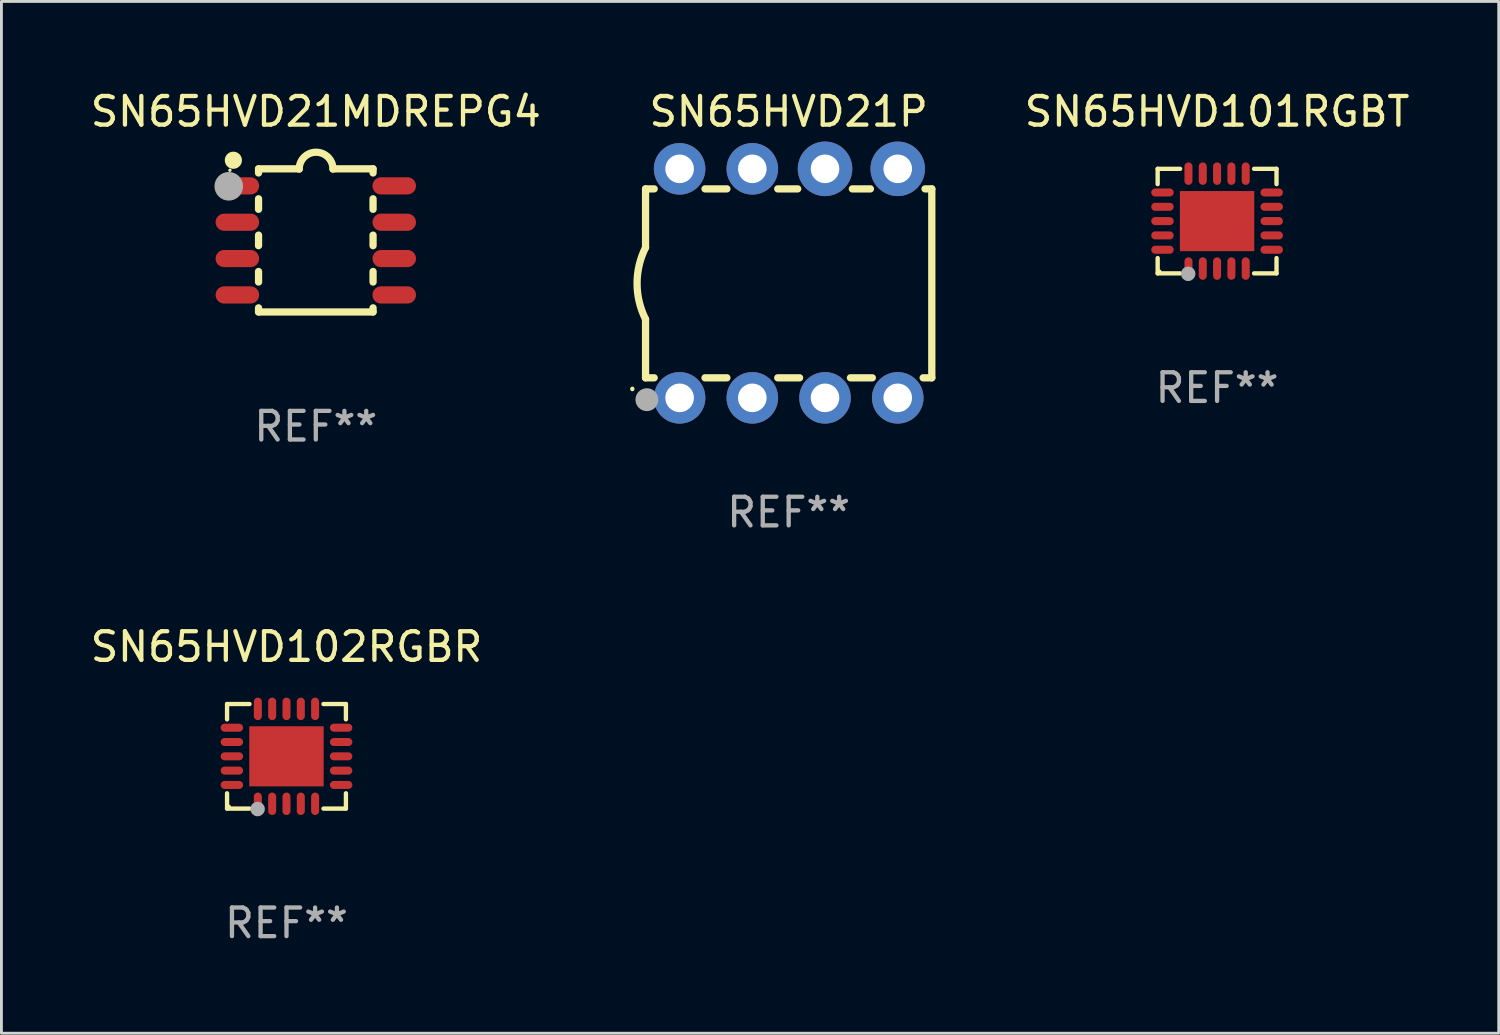
<source format=kicad_pcb>
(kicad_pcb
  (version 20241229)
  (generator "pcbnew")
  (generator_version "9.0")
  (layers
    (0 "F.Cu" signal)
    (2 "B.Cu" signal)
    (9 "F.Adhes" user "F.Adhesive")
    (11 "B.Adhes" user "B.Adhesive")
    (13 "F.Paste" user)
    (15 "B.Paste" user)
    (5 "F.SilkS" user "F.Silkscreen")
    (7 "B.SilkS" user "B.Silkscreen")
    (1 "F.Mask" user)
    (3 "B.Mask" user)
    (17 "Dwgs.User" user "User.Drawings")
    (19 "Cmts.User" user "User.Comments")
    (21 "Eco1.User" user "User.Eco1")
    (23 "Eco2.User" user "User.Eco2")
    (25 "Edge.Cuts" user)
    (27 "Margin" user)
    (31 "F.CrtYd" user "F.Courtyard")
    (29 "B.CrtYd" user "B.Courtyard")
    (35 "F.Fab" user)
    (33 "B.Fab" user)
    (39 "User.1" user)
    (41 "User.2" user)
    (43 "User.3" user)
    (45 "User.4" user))
  (footprint "SN65HVD21P"
    (layer "F.Cu")
    (at 24.501 6.848)
    (property "Reference" "SN65HVD21P" (at 0 -6 0) (layer "F.SilkS") (effects (font (size 1 1) (thickness 0.15))))
    (attr through_hole)
    (fp_line (start -5 -3.3) (end -5 -1.25) (stroke (width 0.254) (type solid)) (layer "F.SilkS"))
    (fp_line (start -5 -3.3) (end -4.698 -3.3) (stroke (width 0.254) (type solid)) (layer "F.SilkS"))
    (fp_line (start -5 3.3) (end -5 1.25) (stroke (width 0.254) (type solid)) (layer "F.SilkS"))
    (fp_line (start -5 3.3) (end -4.698 3.3) (stroke (width 0.254) (type solid)) (layer "F.SilkS"))
    (fp_line (start -2.922 -3.3) (end -2.158 -3.3) (stroke (width 0.254) (type solid)) (layer "F.SilkS"))
    (fp_line (start -2.922 3.3) (end -2.158 3.3) (stroke (width 0.254) (type solid)) (layer "F.SilkS"))
    (fp_line (start -0.382 -3.3) (end 0.316 -3.3) (stroke (width 0.254) (type solid)) (layer "F.SilkS"))
    (fp_line (start -0.382 3.3) (end 0.382 3.3) (stroke (width 0.254) (type solid)) (layer "F.SilkS"))
    (fp_line (start 2.158 3.3) (end 2.922 3.3) (stroke (width 0.254) (type solid)) (layer "F.SilkS"))
    (fp_line (start 2.224 -3.3) (end 2.856 -3.3) (stroke (width 0.254) (type solid)) (layer "F.SilkS"))
    (fp_line (start 4.698 3.3) (end 5 3.3) (stroke (width 0.254) (type solid)) (layer "F.SilkS"))
    (fp_line (start 4.764 -3.3) (end 5 -3.3) (stroke (width 0.254) (type solid)) (layer "F.SilkS"))
    (fp_line (start 5 -3.3) (end 5 3.3) (stroke (width 0.254) (type solid)) (layer "F.SilkS"))
    (fp_arc (start -5.46124 3.694259) (mid -5.461175 3.688632) (end -5.460986 3.683007) (stroke (width 0.149987) (type solid)) (layer "F.SilkS"))
    (fp_arc (start -5.00127 1.249682) (mid -5.295892 -0.000313) (end -5.000025 -1.250013) (stroke (width 0.254001) (type solid)) (layer "F.SilkS"))
    (fp_circle (center -4.795 4.237) (end -4.765 4.237) (stroke (width 0.06) (type solid)) (fill no) (layer "F.SilkS"))
    (fp_circle (center -4.953 4.064) (end -4.753 4.064) (stroke (width 0.4) (type solid)) (fill no) (layer "F.Fab"))
    (fp_text user "REF**" (at 0 8 0) (layer "F.Fab") (effects (font (size 1 1) (thickness 0.15))))
    (pad "1" thru_hole circle (at -3.81 4) (size 1.8 1.8) (drill 1) (layers "*.Cu" "*.Mask"))
    (pad "2" thru_hole circle (at -1.27 4) (size 1.8 1.8) (drill 1) (layers "*.Cu" "*.Mask"))
    (pad "3" thru_hole circle (at 1.27 4) (size 1.8 1.8) (drill 1) (layers "*.Cu" "*.Mask"))
    (pad "4" thru_hole circle (at 3.81 4) (size 1.8 1.8) (drill 1) (layers "*.Cu" "*.Mask"))
    (pad "5" thru_hole circle (at 3.81 -4) (size 1.905 1.905) (drill 1) (layers "*.Cu" "*.Mask"))
    (pad "6" thru_hole circle (at 1.27 -4) (size 1.905 1.905) (drill 1) (layers "*.Cu" "*.Mask"))
    (pad "7" thru_hole circle (at -1.27 -4) (size 1.8 1.8) (drill 1) (layers "*.Cu" "*.Mask"))
    (pad "8" thru_hole circle (at -3.81 -4) (size 1.8 1.8) (drill 1) (layers "*.Cu" "*.Mask")))
  (footprint "SN65HVD102RGBR"
    (layer "F.Cu")
    (at 6.958 23.371)
    (property "Reference" "SN65HVD102RGBR" (at 0 -3.826 0) (layer "F.SilkS") (effects (font (size 1 1) (thickness 0.15))))
    (attr through_hole)
    (fp_line (start -2.076 -1.826) (end -2.076 -1.292) (stroke (width 0.152) (type solid)) (layer "F.SilkS"))
    (fp_line (start -2.076 1.826) (end -2.076 1.292) (stroke (width 0.152) (type solid)) (layer "F.SilkS"))
    (fp_line (start -1.292 -1.826) (end -2.076 -1.826) (stroke (width 0.152) (type solid)) (layer "F.SilkS"))
    (fp_line (start -1.292 1.826) (end -2.076 1.826) (stroke (width 0.152) (type solid)) (layer "F.SilkS"))
    (fp_line (start 1.292 -1.826) (end 2.076 -1.826) (stroke (width 0.152) (type solid)) (layer "F.SilkS"))
    (fp_line (start 1.292 1.826) (end 2.076 1.826) (stroke (width 0.152) (type solid)) (layer "F.SilkS"))
    (fp_line (start 2.076 -1.826) (end 2.076 -1.292) (stroke (width 0.152) (type solid)) (layer "F.SilkS"))
    (fp_line (start 2.076 1.826) (end 2.076 1.292) (stroke (width 0.152) (type solid)) (layer "F.SilkS"))
    (fp_circle (center -2 1.75) (end -1.97 1.75) (stroke (width 0.06) (type solid)) (fill no) (layer "F.SilkS"))
    (fp_circle (center -1.01 1.84) (end -0.883 1.84) (stroke (width 0.254) (type solid)) (fill no) (layer "F.Fab"))
    (fp_text user "REF**" (at 0 5.826 0) (layer "F.Fab") (effects (font (size 1 1) (thickness 0.15))))
    (pad "1" smd oval (at -1 1.658) (size 0.28 0.785) (layers "F.Cu" "F.Mask" "F.Paste"))
    (pad "2" smd oval (at -0.5 1.658) (size 0.28 0.785) (layers "F.Cu" "F.Mask" "F.Paste"))
    (pad "3" smd oval (at 0 1.658) (size 0.28 0.785) (layers "F.Cu" "F.Mask" "F.Paste"))
    (pad "4" smd oval (at 0.5 1.658) (size 0.28 0.785) (layers "F.Cu" "F.Mask" "F.Paste"))
    (pad "5" smd oval (at 1 1.658) (size 0.28 0.785) (layers "F.Cu" "F.Mask" "F.Paste"))
    (pad "6" smd oval (at 1.908 1) (size 0.785 0.28) (layers "F.Cu" "F.Mask" "F.Paste"))
    (pad "7" smd oval (at 1.908 0.5) (size 0.785 0.28) (layers "F.Cu" "F.Mask" "F.Paste"))
    (pad "8" smd oval (at 1.908 -0.000013) (size 0.785 0.28) (layers "F.Cu" "F.Mask" "F.Paste"))
    (pad "9" smd oval (at 1.908 -0.5) (size 0.785 0.28) (layers "F.Cu" "F.Mask" "F.Paste"))
    (pad "10" smd oval (at 1.908 -1) (size 0.785 0.28) (layers "F.Cu" "F.Mask" "F.Paste"))
    (pad "11" smd oval (at 1 -1.658) (size 0.28 0.785) (layers "F.Cu" "F.Mask" "F.Paste"))
    (pad "12" smd oval (at 0.5 -1.658) (size 0.28 0.785) (layers "F.Cu" "F.Mask" "F.Paste"))
    (pad "13" smd oval (at 0 -1.658) (size 0.28 0.785) (layers "F.Cu" "F.Mask" "F.Paste"))
    (pad "14" smd oval (at -0.5 -1.658) (size 0.28 0.785) (layers "F.Cu" "F.Mask" "F.Paste"))
    (pad "15" smd oval (at -1 -1.658) (size 0.28 0.785) (layers "F.Cu" "F.Mask" "F.Paste"))
    (pad "16" smd oval (at -1.908 -1) (size 0.785 0.28) (layers "F.Cu" "F.Mask" "F.Paste"))
    (pad "17" smd oval (at -1.908 -0.5) (size 0.785 0.28) (layers "F.Cu" "F.Mask" "F.Paste"))
    (pad "18" smd oval (at -1.908 -0.000013) (size 0.785 0.28) (layers "F.Cu" "F.Mask" "F.Paste"))
    (pad "19" smd oval (at -1.908 0.5) (size 0.785 0.28) (layers "F.Cu" "F.Mask" "F.Paste"))
    (pad "20" smd oval (at -1.908 1) (size 0.785 0.28) (layers "F.Cu" "F.Mask" "F.Paste"))
    (pad "21" smd rect (at 0 -0.000013 90) (size 2.1 2.6) (layers "F.Cu" "F.Mask" "F.Paste")))
  (footprint "SN65HVD21MDREPG4"
    (layer "F.Cu")
    (at 7.982 5.348)
    (property "Reference" "SN65HVD21MDREPG4" (at 0 -4.5 0) (layer "F.SilkS") (effects (font (size 1 1) (thickness 0.15))))
    (attr through_hole)
    (fp_line (start -2 -2.5) (end -2 -2.356) (stroke (width 0.254) (type solid)) (layer "F.SilkS"))
    (fp_line (start -2 -1.454) (end -2 -1.086) (stroke (width 0.254) (type solid)) (layer "F.SilkS"))
    (fp_line (start -2 -0.184) (end -2 0.184) (stroke (width 0.254) (type solid)) (layer "F.SilkS"))
    (fp_line (start -2 1.086) (end -2 1.454) (stroke (width 0.254) (type solid)) (layer "F.SilkS"))
    (fp_line (start -2 2.356) (end -2 2.5) (stroke (width 0.254) (type solid)) (layer "F.SilkS"))
    (fp_line (start -0.58 -2.5) (end -2 -2.5) (stroke (width 0.254) (type solid)) (layer "F.SilkS"))
    (fp_line (start 2 -2.5) (end 0.6 -2.5) (stroke (width 0.254) (type solid)) (layer "F.SilkS"))
    (fp_line (start 2 -2.5) (end 2 -2.356) (stroke (width 0.254) (type solid)) (layer "F.SilkS"))
    (fp_line (start 2 -1.454) (end 2 -1.086) (stroke (width 0.254) (type solid)) (layer "F.SilkS"))
    (fp_line (start 2 -0.184) (end 2 0.184) (stroke (width 0.254) (type solid)) (layer "F.SilkS"))
    (fp_line (start 2 1.086) (end 2 1.454) (stroke (width 0.254) (type solid)) (layer "F.SilkS"))
    (fp_line (start 2 2.356) (end 2 2.5) (stroke (width 0.254) (type solid)) (layer "F.SilkS"))
    (fp_line (start 2 2.5) (end -2 2.5) (stroke (width 0.254) (type solid)) (layer "F.SilkS"))
    (fp_arc (start -0.579908 -2.489992) (mid 0.010097 -3.07831) (end 0.600102 -2.489992) (stroke (width 0.254001) (type solid)) (layer "F.SilkS"))
    (fp_circle (center -3 -2.45) (end -2.97 -2.45) (stroke (width 0.06) (type solid)) (fill no) (layer "F.SilkS"))
    (fp_circle (center -2.88 -2.8) (end -2.73 -2.8) (stroke (width 0.3) (type solid)) (fill no) (layer "F.SilkS"))
    (fp_circle (center -3.04 -1.89) (end -2.79 -1.89) (stroke (width 0.5) (type solid)) (fill no) (layer "F.Fab"))
    (fp_text user "REF**" (at 0 6.5 0) (layer "F.Fab") (effects (font (size 1 1) (thickness 0.15))))
    (pad "1" smd oval (at -2.74 -1.905 90) (size 0.6 1.52) (layers "F.Cu" "F.Mask" "F.Paste"))
    (pad "2" smd oval (at -2.74 -0.635 90) (size 0.6 1.52) (layers "F.Cu" "F.Mask" "F.Paste"))
    (pad "3" smd oval (at -2.74 0.635 90) (size 0.6 1.52) (layers "F.Cu" "F.Mask" "F.Paste"))
    (pad "4" smd oval (at -2.74 1.905 90) (size 0.6 1.52) (layers "F.Cu" "F.Mask" "F.Paste"))
    (pad "5" smd oval (at 2.74 1.905 90) (size 0.6 1.52) (layers "F.Cu" "F.Mask" "F.Paste"))
    (pad "6" smd oval (at 2.74 0.635 90) (size 0.6 1.52) (layers "F.Cu" "F.Mask" "F.Paste"))
    (pad "7" smd oval (at 2.74 -0.635 90) (size 0.6 1.52) (layers "F.Cu" "F.Mask" "F.Paste"))
    (pad "8" smd oval (at 2.74 -1.905 90) (size 0.6 1.52) (layers "F.Cu" "F.Mask" "F.Paste")))
  (footprint "SN65HVD101RGBT"
    (layer "F.Cu")
    (at 39.467 4.674)
    (property "Reference" "SN65HVD101RGBT" (at 0 -3.826 0) (layer "F.SilkS") (effects (font (size 1 1) (thickness 0.15))))
    (attr through_hole)
    (fp_line (start -2.076 -1.826) (end -2.076 -1.292) (stroke (width 0.152) (type solid)) (layer "F.SilkS"))
    (fp_line (start -2.076 1.826) (end -2.076 1.292) (stroke (width 0.152) (type solid)) (layer "F.SilkS"))
    (fp_line (start -1.292 -1.826) (end -2.076 -1.826) (stroke (width 0.152) (type solid)) (layer "F.SilkS"))
    (fp_line (start -1.292 1.826) (end -2.076 1.826) (stroke (width 0.152) (type solid)) (layer "F.SilkS"))
    (fp_line (start 1.292 -1.826) (end 2.076 -1.826) (stroke (width 0.152) (type solid)) (layer "F.SilkS"))
    (fp_line (start 1.292 1.826) (end 2.076 1.826) (stroke (width 0.152) (type solid)) (layer "F.SilkS"))
    (fp_line (start 2.076 -1.826) (end 2.076 -1.292) (stroke (width 0.152) (type solid)) (layer "F.SilkS"))
    (fp_line (start 2.076 1.826) (end 2.076 1.292) (stroke (width 0.152) (type solid)) (layer "F.SilkS"))
    (fp_circle (center -2 1.75) (end -1.97 1.75) (stroke (width 0.06) (type solid)) (fill no) (layer "F.SilkS"))
    (fp_circle (center -1.01 1.84) (end -0.883 1.84) (stroke (width 0.254) (type solid)) (fill no) (layer "F.Fab"))
    (fp_text user "REF**" (at 0 5.826 0) (layer "F.Fab") (effects (font (size 1 1) (thickness 0.15))))
    (pad "1" smd oval (at -1 1.658) (size 0.28 0.785) (layers "F.Cu" "F.Mask" "F.Paste"))
    (pad "2" smd oval (at -0.5 1.658) (size 0.28 0.785) (layers "F.Cu" "F.Mask" "F.Paste"))
    (pad "3" smd oval (at 0 1.658) (size 0.28 0.785) (layers "F.Cu" "F.Mask" "F.Paste"))
    (pad "4" smd oval (at 0.5 1.658) (size 0.28 0.785) (layers "F.Cu" "F.Mask" "F.Paste"))
    (pad "5" smd oval (at 1 1.658) (size 0.28 0.785) (layers "F.Cu" "F.Mask" "F.Paste"))
    (pad "6" smd oval (at 1.908 1) (size 0.785 0.28) (layers "F.Cu" "F.Mask" "F.Paste"))
    (pad "7" smd oval (at 1.908 0.5) (size 0.785 0.28) (layers "F.Cu" "F.Mask" "F.Paste"))
    (pad "8" smd oval (at 1.908 -0.000013) (size 0.785 0.28) (layers "F.Cu" "F.Mask" "F.Paste"))
    (pad "9" smd oval (at 1.908 -0.5) (size 0.785 0.28) (layers "F.Cu" "F.Mask" "F.Paste"))
    (pad "10" smd oval (at 1.908 -1) (size 0.785 0.28) (layers "F.Cu" "F.Mask" "F.Paste"))
    (pad "11" smd oval (at 1 -1.658) (size 0.28 0.785) (layers "F.Cu" "F.Mask" "F.Paste"))
    (pad "12" smd oval (at 0.5 -1.658) (size 0.28 0.785) (layers "F.Cu" "F.Mask" "F.Paste"))
    (pad "13" smd oval (at 0 -1.658) (size 0.28 0.785) (layers "F.Cu" "F.Mask" "F.Paste"))
    (pad "14" smd oval (at -0.5 -1.658) (size 0.28 0.785) (layers "F.Cu" "F.Mask" "F.Paste"))
    (pad "15" smd oval (at -1 -1.658) (size 0.28 0.785) (layers "F.Cu" "F.Mask" "F.Paste"))
    (pad "16" smd oval (at -1.908 -1) (size 0.785 0.28) (layers "F.Cu" "F.Mask" "F.Paste"))
    (pad "17" smd oval (at -1.908 -0.5) (size 0.785 0.28) (layers "F.Cu" "F.Mask" "F.Paste"))
    (pad "18" smd oval (at -1.908 -0.000013) (size 0.785 0.28) (layers "F.Cu" "F.Mask" "F.Paste"))
    (pad "19" smd oval (at -1.908 0.5) (size 0.785 0.28) (layers "F.Cu" "F.Mask" "F.Paste"))
    (pad "20" smd oval (at -1.908 1) (size 0.785 0.28) (layers "F.Cu" "F.Mask" "F.Paste"))
    (pad "21" smd rect (at 0 -0.000013 90) (size 2.1 2.6) (layers "F.Cu" "F.Mask" "F.Paste")))
  (gr_rect
    (start -3 -3)
    (end 49.306 33.045)
    (stroke (width 0.1) (type default))
    (fill no)
    (layer "Edge.Cuts")))
</source>
